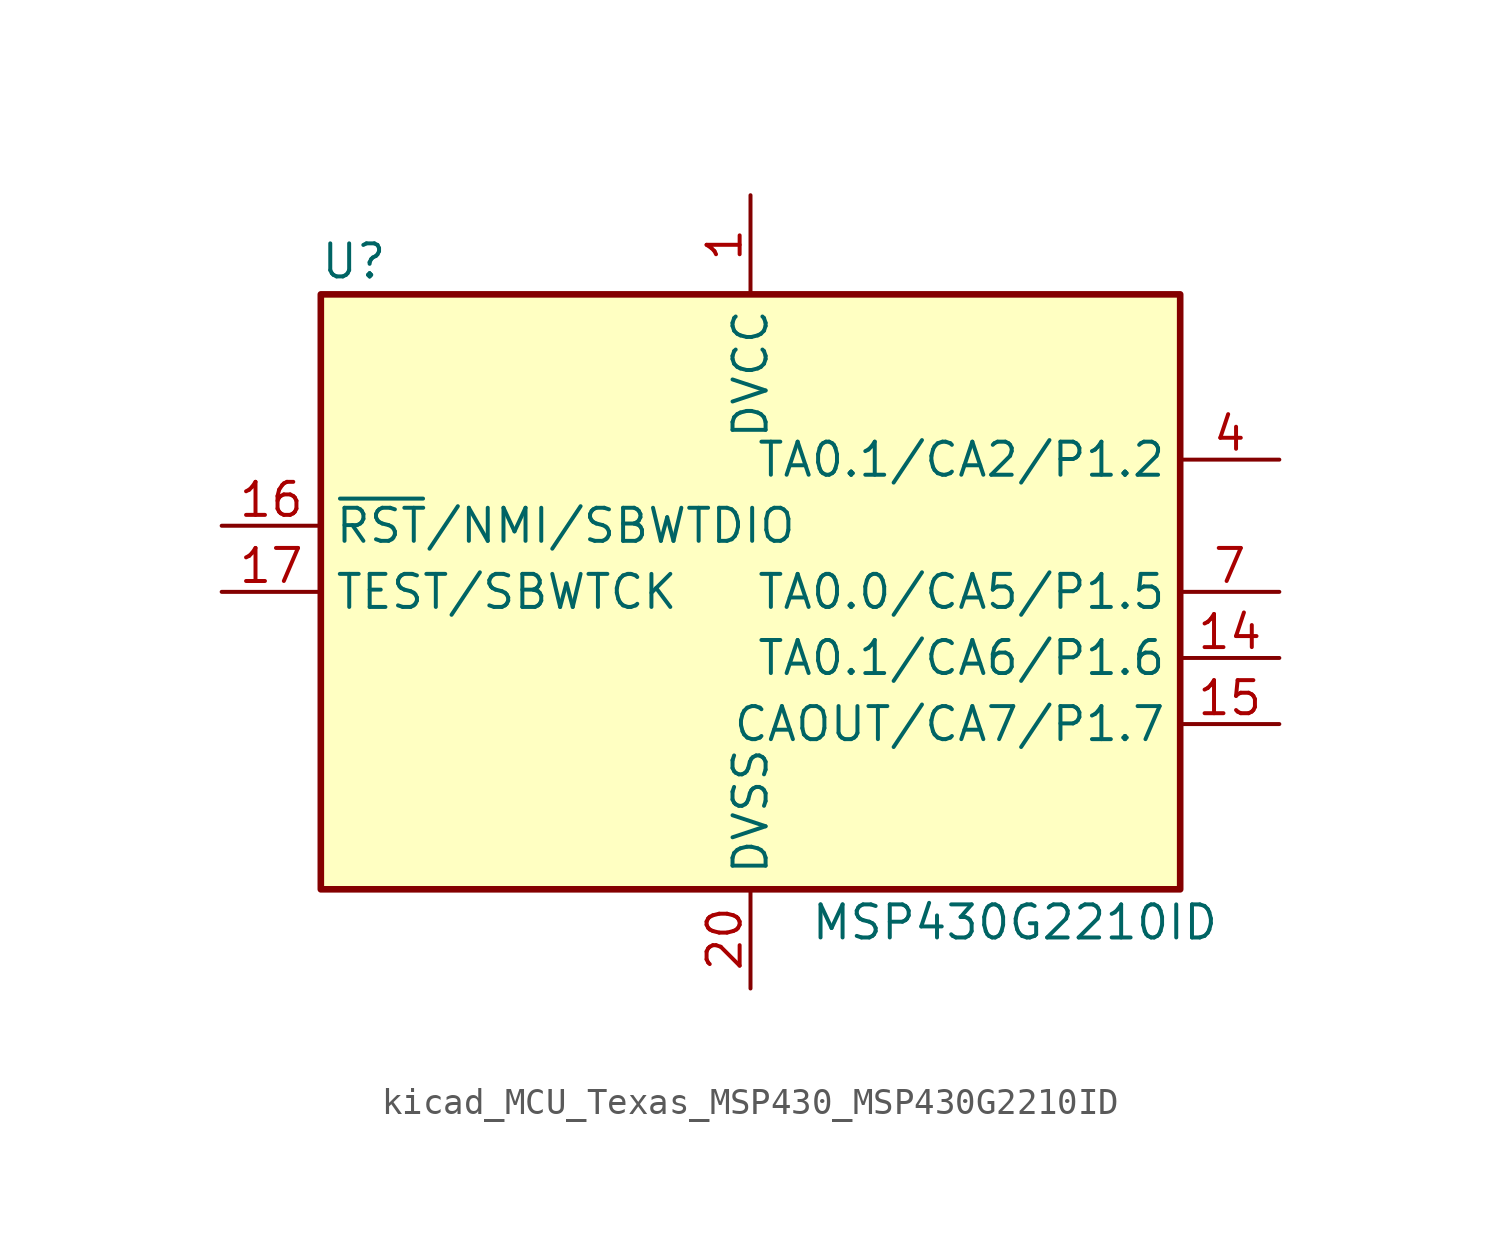
<source format=kicad_sym>
(kicad_symbol_lib
  (version 20220914)
  (generator kicad_symbol_editor)
  (symbol "kicad_MCU_Texas_MSP430_MSP430G2210ID"
    (property "Reference" "U"
      (at -15.24 12.7 0)
      (effects (font (size 1.27 1.27))))
    (property "Value" "MSP430G2210ID"
      (at 10.16 -12.7 0)
      (effects (font (size 1.27 1.27))))
    (symbol "kicad_MCU_Texas_MSP430_MSP430G2210ID_0_1"
      (rectangle (start -16.51 11.43) (end 16.51 -11.43) (stroke (width 0.254) (type default)) (fill (type background))))
    (symbol "kicad_MCU_Texas_MSP430_MSP430G2210ID_1_1"
      (pin power_in line (at 0 15.24 270) (length 3.81) (name "DVCC" (effects (font (size 1.27 1.27)))) (number "1" (effects (font (size 1.27 1.27)))))
      (pin bidirectional line (at 20.32 -2.54 180) (length 3.81) (name "TA0.1/CA6/P1.6" (effects (font (size 1.27 1.27)))) (number "14" (effects (font (size 1.27 1.27)))))
      (pin bidirectional line (at 20.32 -5.08 180) (length 3.81) (name "CAOUT/CA7/P1.7" (effects (font (size 1.27 1.27)))) (number "15" (effects (font (size 1.27 1.27)))))
      (pin input line (at -20.32 2.54 0) (length 3.81) (name "~{RST}/NMI/SBWTDIO" (effects (font (size 1.27 1.27)))) (number "16" (effects (font (size 1.27 1.27)))))
      (pin input line (at -20.32 0 0) (length 3.81) (name "TEST/SBWTCK" (effects (font (size 1.27 1.27)))) (number "17" (effects (font (size 1.27 1.27)))))
      (pin power_in line (at 0 -15.24 90) (length 3.81) (name "DVSS" (effects (font (size 1.27 1.27)))) (number "20" (effects (font (size 1.27 1.27)))))
      (pin bidirectional line (at 20.32 5.08 180) (length 3.81) (name "TA0.1/CA2/P1.2" (effects (font (size 1.27 1.27)))) (number "4" (effects (font (size 1.27 1.27)))))
      (pin bidirectional line (at 20.32 0 180) (length 3.81) (name "TA0.0/CA5/P1.5" (effects (font (size 1.27 1.27)))) (number "7" (effects (font (size 1.27 1.27))))))))
</source>
